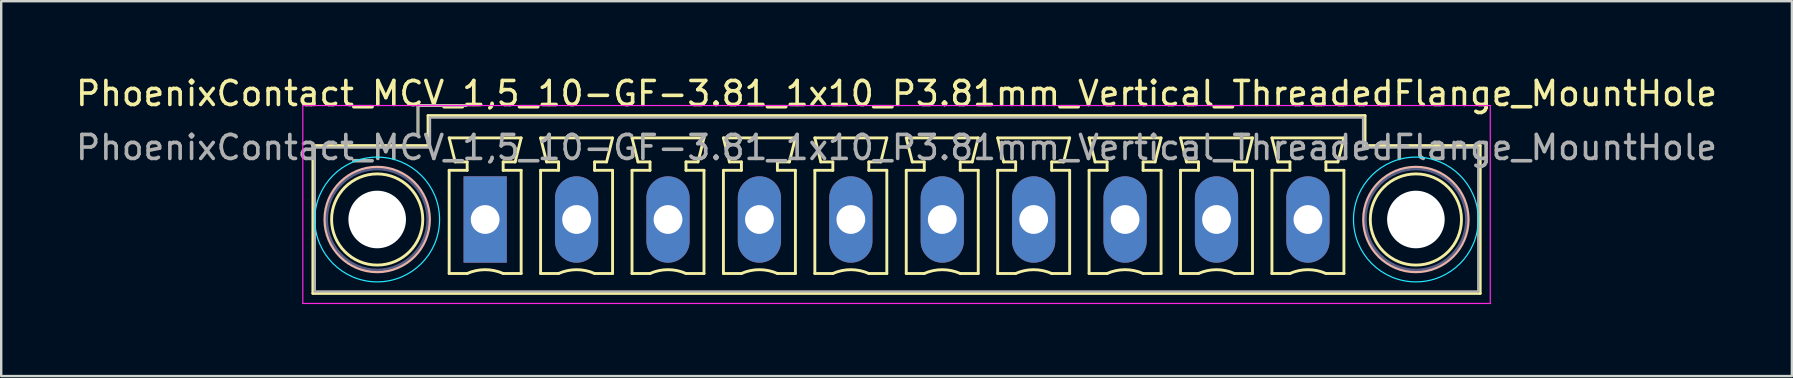
<source format=kicad_pcb>
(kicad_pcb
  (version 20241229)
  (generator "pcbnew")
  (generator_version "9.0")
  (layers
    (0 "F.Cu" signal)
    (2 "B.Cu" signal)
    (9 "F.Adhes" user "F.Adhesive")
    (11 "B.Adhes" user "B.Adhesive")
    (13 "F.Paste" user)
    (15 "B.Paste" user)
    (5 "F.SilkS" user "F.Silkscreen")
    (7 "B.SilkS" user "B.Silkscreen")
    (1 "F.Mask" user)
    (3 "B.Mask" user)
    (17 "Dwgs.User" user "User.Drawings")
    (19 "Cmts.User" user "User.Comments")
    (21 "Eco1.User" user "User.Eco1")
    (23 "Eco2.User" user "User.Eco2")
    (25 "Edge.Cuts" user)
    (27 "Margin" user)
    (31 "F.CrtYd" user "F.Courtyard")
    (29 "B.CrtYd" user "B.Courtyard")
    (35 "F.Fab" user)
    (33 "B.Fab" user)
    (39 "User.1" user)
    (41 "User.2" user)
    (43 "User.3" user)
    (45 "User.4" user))
  (footprint "PhoenixContact_MCV_1,5_10-GF-3.81_1x10_P3.81mm_Vertical_ThreadedFlange_MountHole"
    (layer "F.Cu")
    (at 17.17 6.098)
    (property "Reference" "PhoenixContact_MCV_1,5_10-GF-3.81_1x10_P3.81mm_Vertical_ThreadedFlange_MountHole" (at 17.145 -5.25 0) (layer "F.SilkS") (effects (font (size 1 1) (thickness 0.15))))
    (attr through_hole)
    (fp_line (start -7.18 -3.08) (end -7.18 3.08) (stroke (width 0.12) (type solid)) (layer "F.SilkS"))
    (fp_line (start -7.18 3.08) (end 41.47 3.08) (stroke (width 0.12) (type solid)) (layer "F.SilkS"))
    (fp_line (start -2.8 -4.75) (end -0.8 -4.75) (stroke (width 0.12) (type solid)) (layer "F.SilkS"))
    (fp_line (start -2.8 -3.5) (end -2.8 -4.75) (stroke (width 0.12) (type solid)) (layer "F.SilkS"))
    (fp_line (start -2.38 -4.33) (end -2.38 -3.08) (stroke (width 0.12) (type solid)) (layer "F.SilkS"))
    (fp_line (start -2.38 -3.08) (end -7.18 -3.08) (stroke (width 0.12) (type solid)) (layer "F.SilkS"))
    (fp_line (start -1.5 -3.4) (end 1.5 -3.4) (stroke (width 0.12) (type solid)) (layer "F.SilkS"))
    (fp_line (start -1.5 -2.05) (end -0.75 -2.05) (stroke (width 0.12) (type solid)) (layer "F.SilkS"))
    (fp_line (start -1.5 2.25) (end -1.5 -2.05) (stroke (width 0.12) (type solid)) (layer "F.SilkS"))
    (fp_line (start -1.25 -2.4) (end -1.5 -3.4) (stroke (width 0.12) (type solid)) (layer "F.SilkS"))
    (fp_line (start -0.75 -2.4) (end -1.25 -2.4) (stroke (width 0.12) (type solid)) (layer "F.SilkS"))
    (fp_line (start -0.75 -2.05) (end -0.75 -2.4) (stroke (width 0.12) (type solid)) (layer "F.SilkS"))
    (fp_line (start -0.75 2.25) (end -1.5 2.25) (stroke (width 0.12) (type solid)) (layer "F.SilkS"))
    (fp_line (start 0.75 -2.4) (end 0.75 -2.05) (stroke (width 0.12) (type solid)) (layer "F.SilkS"))
    (fp_line (start 0.75 -2.05) (end 1.5 -2.05) (stroke (width 0.12) (type solid)) (layer "F.SilkS"))
    (fp_line (start 1.25 -2.4) (end 0.75 -2.4) (stroke (width 0.12) (type solid)) (layer "F.SilkS"))
    (fp_line (start 1.5 -3.4) (end 1.25 -2.4) (stroke (width 0.12) (type solid)) (layer "F.SilkS"))
    (fp_line (start 1.5 -2.05) (end 1.5 2.25) (stroke (width 0.12) (type solid)) (layer "F.SilkS"))
    (fp_line (start 1.5 2.25) (end 0.75 2.25) (stroke (width 0.12) (type solid)) (layer "F.SilkS"))
    (fp_line (start 2.31 -3.4) (end 5.31 -3.4) (stroke (width 0.12) (type solid)) (layer "F.SilkS"))
    (fp_line (start 2.31 -2.05) (end 3.06 -2.05) (stroke (width 0.12) (type solid)) (layer "F.SilkS"))
    (fp_line (start 2.31 2.25) (end 2.31 -2.05) (stroke (width 0.12) (type solid)) (layer "F.SilkS"))
    (fp_line (start 2.56 -2.4) (end 2.31 -3.4) (stroke (width 0.12) (type solid)) (layer "F.SilkS"))
    (fp_line (start 3.06 -2.4) (end 2.56 -2.4) (stroke (width 0.12) (type solid)) (layer "F.SilkS"))
    (fp_line (start 3.06 -2.05) (end 3.06 -2.4) (stroke (width 0.12) (type solid)) (layer "F.SilkS"))
    (fp_line (start 3.06 2.25) (end 2.31 2.25) (stroke (width 0.12) (type solid)) (layer "F.SilkS"))
    (fp_line (start 4.56 -2.4) (end 4.56 -2.05) (stroke (width 0.12) (type solid)) (layer "F.SilkS"))
    (fp_line (start 4.56 -2.05) (end 5.31 -2.05) (stroke (width 0.12) (type solid)) (layer "F.SilkS"))
    (fp_line (start 5.06 -2.4) (end 4.56 -2.4) (stroke (width 0.12) (type solid)) (layer "F.SilkS"))
    (fp_line (start 5.31 -3.4) (end 5.06 -2.4) (stroke (width 0.12) (type solid)) (layer "F.SilkS"))
    (fp_line (start 5.31 -2.05) (end 5.31 2.25) (stroke (width 0.12) (type solid)) (layer "F.SilkS"))
    (fp_line (start 5.31 2.25) (end 4.56 2.25) (stroke (width 0.12) (type solid)) (layer "F.SilkS"))
    (fp_line (start 6.12 -3.4) (end 9.12 -3.4) (stroke (width 0.12) (type solid)) (layer "F.SilkS"))
    (fp_line (start 6.12 -2.05) (end 6.87 -2.05) (stroke (width 0.12) (type solid)) (layer "F.SilkS"))
    (fp_line (start 6.12 2.25) (end 6.12 -2.05) (stroke (width 0.12) (type solid)) (layer "F.SilkS"))
    (fp_line (start 6.37 -2.4) (end 6.12 -3.4) (stroke (width 0.12) (type solid)) (layer "F.SilkS"))
    (fp_line (start 6.87 -2.4) (end 6.37 -2.4) (stroke (width 0.12) (type solid)) (layer "F.SilkS"))
    (fp_line (start 6.87 -2.05) (end 6.87 -2.4) (stroke (width 0.12) (type solid)) (layer "F.SilkS"))
    (fp_line (start 6.87 2.25) (end 6.12 2.25) (stroke (width 0.12) (type solid)) (layer "F.SilkS"))
    (fp_line (start 8.37 -2.4) (end 8.37 -2.05) (stroke (width 0.12) (type solid)) (layer "F.SilkS"))
    (fp_line (start 8.37 -2.05) (end 9.12 -2.05) (stroke (width 0.12) (type solid)) (layer "F.SilkS"))
    (fp_line (start 8.87 -2.4) (end 8.37 -2.4) (stroke (width 0.12) (type solid)) (layer "F.SilkS"))
    (fp_line (start 9.12 -3.4) (end 8.87 -2.4) (stroke (width 0.12) (type solid)) (layer "F.SilkS"))
    (fp_line (start 9.12 -2.05) (end 9.12 2.25) (stroke (width 0.12) (type solid)) (layer "F.SilkS"))
    (fp_line (start 9.12 2.25) (end 8.37 2.25) (stroke (width 0.12) (type solid)) (layer "F.SilkS"))
    (fp_line (start 9.93 -3.4) (end 12.93 -3.4) (stroke (width 0.12) (type solid)) (layer "F.SilkS"))
    (fp_line (start 9.93 -2.05) (end 10.68 -2.05) (stroke (width 0.12) (type solid)) (layer "F.SilkS"))
    (fp_line (start 9.93 2.25) (end 9.93 -2.05) (stroke (width 0.12) (type solid)) (layer "F.SilkS"))
    (fp_line (start 10.18 -2.4) (end 9.93 -3.4) (stroke (width 0.12) (type solid)) (layer "F.SilkS"))
    (fp_line (start 10.68 -2.4) (end 10.18 -2.4) (stroke (width 0.12) (type solid)) (layer "F.SilkS"))
    (fp_line (start 10.68 -2.05) (end 10.68 -2.4) (stroke (width 0.12) (type solid)) (layer "F.SilkS"))
    (fp_line (start 10.68 2.25) (end 9.93 2.25) (stroke (width 0.12) (type solid)) (layer "F.SilkS"))
    (fp_line (start 12.18 -2.4) (end 12.18 -2.05) (stroke (width 0.12) (type solid)) (layer "F.SilkS"))
    (fp_line (start 12.18 -2.05) (end 12.93 -2.05) (stroke (width 0.12) (type solid)) (layer "F.SilkS"))
    (fp_line (start 12.68 -2.4) (end 12.18 -2.4) (stroke (width 0.12) (type solid)) (layer "F.SilkS"))
    (fp_line (start 12.93 -3.4) (end 12.68 -2.4) (stroke (width 0.12) (type solid)) (layer "F.SilkS"))
    (fp_line (start 12.93 -2.05) (end 12.93 2.25) (stroke (width 0.12) (type solid)) (layer "F.SilkS"))
    (fp_line (start 12.93 2.25) (end 12.18 2.25) (stroke (width 0.12) (type solid)) (layer "F.SilkS"))
    (fp_line (start 13.74 -3.4) (end 16.74 -3.4) (stroke (width 0.12) (type solid)) (layer "F.SilkS"))
    (fp_line (start 13.74 -2.05) (end 14.49 -2.05) (stroke (width 0.12) (type solid)) (layer "F.SilkS"))
    (fp_line (start 13.74 2.25) (end 13.74 -2.05) (stroke (width 0.12) (type solid)) (layer "F.SilkS"))
    (fp_line (start 13.99 -2.4) (end 13.74 -3.4) (stroke (width 0.12) (type solid)) (layer "F.SilkS"))
    (fp_line (start 14.49 -2.4) (end 13.99 -2.4) (stroke (width 0.12) (type solid)) (layer "F.SilkS"))
    (fp_line (start 14.49 -2.05) (end 14.49 -2.4) (stroke (width 0.12) (type solid)) (layer "F.SilkS"))
    (fp_line (start 14.49 2.25) (end 13.74 2.25) (stroke (width 0.12) (type solid)) (layer "F.SilkS"))
    (fp_line (start 15.99 -2.4) (end 15.99 -2.05) (stroke (width 0.12) (type solid)) (layer "F.SilkS"))
    (fp_line (start 15.99 -2.05) (end 16.74 -2.05) (stroke (width 0.12) (type solid)) (layer "F.SilkS"))
    (fp_line (start 16.49 -2.4) (end 15.99 -2.4) (stroke (width 0.12) (type solid)) (layer "F.SilkS"))
    (fp_line (start 16.74 -3.4) (end 16.49 -2.4) (stroke (width 0.12) (type solid)) (layer "F.SilkS"))
    (fp_line (start 16.74 -2.05) (end 16.74 2.25) (stroke (width 0.12) (type solid)) (layer "F.SilkS"))
    (fp_line (start 16.74 2.25) (end 15.99 2.25) (stroke (width 0.12) (type solid)) (layer "F.SilkS"))
    (fp_line (start 17.55 -3.4) (end 20.55 -3.4) (stroke (width 0.12) (type solid)) (layer "F.SilkS"))
    (fp_line (start 17.55 -2.05) (end 18.3 -2.05) (stroke (width 0.12) (type solid)) (layer "F.SilkS"))
    (fp_line (start 17.55 2.25) (end 17.55 -2.05) (stroke (width 0.12) (type solid)) (layer "F.SilkS"))
    (fp_line (start 17.8 -2.4) (end 17.55 -3.4) (stroke (width 0.12) (type solid)) (layer "F.SilkS"))
    (fp_line (start 18.3 -2.4) (end 17.8 -2.4) (stroke (width 0.12) (type solid)) (layer "F.SilkS"))
    (fp_line (start 18.3 -2.05) (end 18.3 -2.4) (stroke (width 0.12) (type solid)) (layer "F.SilkS"))
    (fp_line (start 18.3 2.25) (end 17.55 2.25) (stroke (width 0.12) (type solid)) (layer "F.SilkS"))
    (fp_line (start 19.8 -2.4) (end 19.8 -2.05) (stroke (width 0.12) (type solid)) (layer "F.SilkS"))
    (fp_line (start 19.8 -2.05) (end 20.55 -2.05) (stroke (width 0.12) (type solid)) (layer "F.SilkS"))
    (fp_line (start 20.3 -2.4) (end 19.8 -2.4) (stroke (width 0.12) (type solid)) (layer "F.SilkS"))
    (fp_line (start 20.55 -3.4) (end 20.3 -2.4) (stroke (width 0.12) (type solid)) (layer "F.SilkS"))
    (fp_line (start 20.55 -2.05) (end 20.55 2.25) (stroke (width 0.12) (type solid)) (layer "F.SilkS"))
    (fp_line (start 20.55 2.25) (end 19.8 2.25) (stroke (width 0.12) (type solid)) (layer "F.SilkS"))
    (fp_line (start 21.36 -3.4) (end 24.36 -3.4) (stroke (width 0.12) (type solid)) (layer "F.SilkS"))
    (fp_line (start 21.36 -2.05) (end 22.11 -2.05) (stroke (width 0.12) (type solid)) (layer "F.SilkS"))
    (fp_line (start 21.36 2.25) (end 21.36 -2.05) (stroke (width 0.12) (type solid)) (layer "F.SilkS"))
    (fp_line (start 21.61 -2.4) (end 21.36 -3.4) (stroke (width 0.12) (type solid)) (layer "F.SilkS"))
    (fp_line (start 22.11 -2.4) (end 21.61 -2.4) (stroke (width 0.12) (type solid)) (layer "F.SilkS"))
    (fp_line (start 22.11 -2.05) (end 22.11 -2.4) (stroke (width 0.12) (type solid)) (layer "F.SilkS"))
    (fp_line (start 22.11 2.25) (end 21.36 2.25) (stroke (width 0.12) (type solid)) (layer "F.SilkS"))
    (fp_line (start 23.61 -2.4) (end 23.61 -2.05) (stroke (width 0.12) (type solid)) (layer "F.SilkS"))
    (fp_line (start 23.61 -2.05) (end 24.36 -2.05) (stroke (width 0.12) (type solid)) (layer "F.SilkS"))
    (fp_line (start 24.11 -2.4) (end 23.61 -2.4) (stroke (width 0.12) (type solid)) (layer "F.SilkS"))
    (fp_line (start 24.36 -3.4) (end 24.11 -2.4) (stroke (width 0.12) (type solid)) (layer "F.SilkS"))
    (fp_line (start 24.36 -2.05) (end 24.36 2.25) (stroke (width 0.12) (type solid)) (layer "F.SilkS"))
    (fp_line (start 24.36 2.25) (end 23.61 2.25) (stroke (width 0.12) (type solid)) (layer "F.SilkS"))
    (fp_line (start 25.17 -3.4) (end 28.17 -3.4) (stroke (width 0.12) (type solid)) (layer "F.SilkS"))
    (fp_line (start 25.17 -2.05) (end 25.92 -2.05) (stroke (width 0.12) (type solid)) (layer "F.SilkS"))
    (fp_line (start 25.17 2.25) (end 25.17 -2.05) (stroke (width 0.12) (type solid)) (layer "F.SilkS"))
    (fp_line (start 25.42 -2.4) (end 25.17 -3.4) (stroke (width 0.12) (type solid)) (layer "F.SilkS"))
    (fp_line (start 25.92 -2.4) (end 25.42 -2.4) (stroke (width 0.12) (type solid)) (layer "F.SilkS"))
    (fp_line (start 25.92 -2.05) (end 25.92 -2.4) (stroke (width 0.12) (type solid)) (layer "F.SilkS"))
    (fp_line (start 25.92 2.25) (end 25.17 2.25) (stroke (width 0.12) (type solid)) (layer "F.SilkS"))
    (fp_line (start 27.42 -2.4) (end 27.42 -2.05) (stroke (width 0.12) (type solid)) (layer "F.SilkS"))
    (fp_line (start 27.42 -2.05) (end 28.17 -2.05) (stroke (width 0.12) (type solid)) (layer "F.SilkS"))
    (fp_line (start 27.92 -2.4) (end 27.42 -2.4) (stroke (width 0.12) (type solid)) (layer "F.SilkS"))
    (fp_line (start 28.17 -3.4) (end 27.92 -2.4) (stroke (width 0.12) (type solid)) (layer "F.SilkS"))
    (fp_line (start 28.17 -2.05) (end 28.17 2.25) (stroke (width 0.12) (type solid)) (layer "F.SilkS"))
    (fp_line (start 28.17 2.25) (end 27.42 2.25) (stroke (width 0.12) (type solid)) (layer "F.SilkS"))
    (fp_line (start 28.98 -3.4) (end 31.98 -3.4) (stroke (width 0.12) (type solid)) (layer "F.SilkS"))
    (fp_line (start 28.98 -2.05) (end 29.73 -2.05) (stroke (width 0.12) (type solid)) (layer "F.SilkS"))
    (fp_line (start 28.98 2.25) (end 28.98 -2.05) (stroke (width 0.12) (type solid)) (layer "F.SilkS"))
    (fp_line (start 29.23 -2.4) (end 28.98 -3.4) (stroke (width 0.12) (type solid)) (layer "F.SilkS"))
    (fp_line (start 29.73 -2.4) (end 29.23 -2.4) (stroke (width 0.12) (type solid)) (layer "F.SilkS"))
    (fp_line (start 29.73 -2.05) (end 29.73 -2.4) (stroke (width 0.12) (type solid)) (layer "F.SilkS"))
    (fp_line (start 29.73 2.25) (end 28.98 2.25) (stroke (width 0.12) (type solid)) (layer "F.SilkS"))
    (fp_line (start 31.23 -2.4) (end 31.23 -2.05) (stroke (width 0.12) (type solid)) (layer "F.SilkS"))
    (fp_line (start 31.23 -2.05) (end 31.98 -2.05) (stroke (width 0.12) (type solid)) (layer "F.SilkS"))
    (fp_line (start 31.73 -2.4) (end 31.23 -2.4) (stroke (width 0.12) (type solid)) (layer "F.SilkS"))
    (fp_line (start 31.98 -3.4) (end 31.73 -2.4) (stroke (width 0.12) (type solid)) (layer "F.SilkS"))
    (fp_line (start 31.98 -2.05) (end 31.98 2.25) (stroke (width 0.12) (type solid)) (layer "F.SilkS"))
    (fp_line (start 31.98 2.25) (end 31.23 2.25) (stroke (width 0.12) (type solid)) (layer "F.SilkS"))
    (fp_line (start 32.79 -3.4) (end 35.79 -3.4) (stroke (width 0.12) (type solid)) (layer "F.SilkS"))
    (fp_line (start 32.79 -2.05) (end 33.54 -2.05) (stroke (width 0.12) (type solid)) (layer "F.SilkS"))
    (fp_line (start 32.79 2.25) (end 32.79 -2.05) (stroke (width 0.12) (type solid)) (layer "F.SilkS"))
    (fp_line (start 33.04 -2.4) (end 32.79 -3.4) (stroke (width 0.12) (type solid)) (layer "F.SilkS"))
    (fp_line (start 33.54 -2.4) (end 33.04 -2.4) (stroke (width 0.12) (type solid)) (layer "F.SilkS"))
    (fp_line (start 33.54 -2.05) (end 33.54 -2.4) (stroke (width 0.12) (type solid)) (layer "F.SilkS"))
    (fp_line (start 33.54 2.25) (end 32.79 2.25) (stroke (width 0.12) (type solid)) (layer "F.SilkS"))
    (fp_line (start 35.04 -2.4) (end 35.04 -2.05) (stroke (width 0.12) (type solid)) (layer "F.SilkS"))
    (fp_line (start 35.04 -2.05) (end 35.79 -2.05) (stroke (width 0.12) (type solid)) (layer "F.SilkS"))
    (fp_line (start 35.54 -2.4) (end 35.04 -2.4) (stroke (width 0.12) (type solid)) (layer "F.SilkS"))
    (fp_line (start 35.79 -3.4) (end 35.54 -2.4) (stroke (width 0.12) (type solid)) (layer "F.SilkS"))
    (fp_line (start 35.79 -2.05) (end 35.79 2.25) (stroke (width 0.12) (type solid)) (layer "F.SilkS"))
    (fp_line (start 35.79 2.25) (end 35.04 2.25) (stroke (width 0.12) (type solid)) (layer "F.SilkS"))
    (fp_line (start 36.67 -4.33) (end -2.38 -4.33) (stroke (width 0.12) (type solid)) (layer "F.SilkS"))
    (fp_line (start 36.67 -3.08) (end 36.67 -4.33) (stroke (width 0.12) (type solid)) (layer "F.SilkS"))
    (fp_line (start 41.47 -3.08) (end 36.67 -3.08) (stroke (width 0.12) (type solid)) (layer "F.SilkS"))
    (fp_line (start 41.47 3.08) (end 41.47 -3.08) (stroke (width 0.12) (type solid)) (layer "F.SilkS"))
    (fp_arc (start -0.75 2.25) (mid -0.000193 2.09191) (end 0.749647 2.249844) (stroke (width 0.12) (type solid)) (layer "F.SilkS"))
    (fp_arc (start 3.06 2.25) (mid 3.809807 2.09191) (end 4.559647 2.249844) (stroke (width 0.12) (type solid)) (layer "F.SilkS"))
    (fp_arc (start 6.87 2.25) (mid 7.619807 2.09191) (end 8.369647 2.249844) (stroke (width 0.12) (type solid)) (layer "F.SilkS"))
    (fp_arc (start 10.68 2.25) (mid 11.429807 2.09191) (end 12.179647 2.249844) (stroke (width 0.12) (type solid)) (layer "F.SilkS"))
    (fp_arc (start 14.49 2.25) (mid 15.239807 2.09191) (end 15.989647 2.249844) (stroke (width 0.12) (type solid)) (layer "F.SilkS"))
    (fp_arc (start 18.3 2.25) (mid 19.049807 2.09191) (end 19.799647 2.249844) (stroke (width 0.12) (type solid)) (layer "F.SilkS"))
    (fp_arc (start 22.11 2.25) (mid 22.859807 2.09191) (end 23.609647 2.249844) (stroke (width 0.12) (type solid)) (layer "F.SilkS"))
    (fp_arc (start 25.92 2.25) (mid 26.669807 2.09191) (end 27.419647 2.249844) (stroke (width 0.12) (type solid)) (layer "F.SilkS"))
    (fp_arc (start 29.73 2.25) (mid 30.479807 2.09191) (end 31.229647 2.249844) (stroke (width 0.12) (type solid)) (layer "F.SilkS"))
    (fp_arc (start 33.54 2.25) (mid 34.289807 2.09191) (end 35.039647 2.249844) (stroke (width 0.12) (type solid)) (layer "F.SilkS"))
    (fp_circle (center -4.5 0) (end -2.6 0) (stroke (width 0.12) (type solid)) (fill no) (layer "F.SilkS"))
    (fp_circle (center 38.79 0) (end 40.69 0) (stroke (width 0.12) (type solid)) (fill no) (layer "F.SilkS"))
    (fp_circle (center -4.5 0) (end -2.32 0) (stroke (width 0.12) (type solid)) (fill no) (layer "B.SilkS"))
    (fp_circle (center 38.79 0) (end 40.97 0) (stroke (width 0.12) (type solid)) (fill no) (layer "B.SilkS"))
    (fp_circle (center -4.5 0) (end -1.9 0) (stroke (width 0.05) (type solid)) (fill no) (layer "B.CrtYd"))
    (fp_circle (center 38.79 0) (end 41.39 0) (stroke (width 0.05) (type solid)) (fill no) (layer "B.CrtYd"))
    (fp_line (start -7.6 -4.75) (end -7.6 3.5) (stroke (width 0.05) (type solid)) (layer "F.CrtYd"))
    (fp_line (start -7.6 3.5) (end 41.89 3.5) (stroke (width 0.05) (type solid)) (layer "F.CrtYd"))
    (fp_line (start 41.89 -4.75) (end -7.6 -4.75) (stroke (width 0.05) (type solid)) (layer "F.CrtYd"))
    (fp_line (start 41.89 3.5) (end 41.89 -4.75) (stroke (width 0.05) (type solid)) (layer "F.CrtYd"))
    (fp_circle (center -4.5 0) (end -2.4 0) (stroke (width 0.1) (type solid)) (fill no) (layer "B.Fab"))
    (fp_circle (center 38.79 0) (end 40.89 0) (stroke (width 0.1) (type solid)) (fill no) (layer "B.Fab"))
    (fp_line (start -7.1 -3) (end -7.1 3) (stroke (width 0.1) (type solid)) (layer "F.Fab"))
    (fp_line (start -7.1 3) (end 41.39 3) (stroke (width 0.1) (type solid)) (layer "F.Fab"))
    (fp_line (start -2.8 -4.75) (end -0.8 -4.75) (stroke (width 0.1) (type solid)) (layer "F.Fab"))
    (fp_line (start -2.8 -3.5) (end -2.8 -4.75) (stroke (width 0.1) (type solid)) (layer "F.Fab"))
    (fp_line (start -2.3 -4.25) (end -2.3 -3) (stroke (width 0.1) (type solid)) (layer "F.Fab"))
    (fp_line (start -2.3 -3) (end -7.1 -3) (stroke (width 0.1) (type solid)) (layer "F.Fab"))
    (fp_line (start 36.59 -4.25) (end -2.3 -4.25) (stroke (width 0.1) (type solid)) (layer "F.Fab"))
    (fp_line (start 36.59 -3) (end 36.59 -4.25) (stroke (width 0.1) (type solid)) (layer "F.Fab"))
    (fp_line (start 41.39 -3) (end 36.59 -3) (stroke (width 0.1) (type solid)) (layer "F.Fab"))
    (fp_line (start 41.39 3) (end 41.39 -3) (stroke (width 0.1) (type solid)) (layer "F.Fab"))
    (fp_text user "${REFERENCE}" (at 17.145 -3 0) (layer "F.Fab") (effects (font (size 1 1) (thickness 0.15))))
    (pad "" np_thru_hole circle (at -4.5 0) (size 2.4 2.4) (drill 2.4) (layers "*.Cu" "*.Mask"))
    (pad "" np_thru_hole circle (at 38.79 0) (size 2.4 2.4) (drill 2.4) (layers "*.Cu" "*.Mask"))
    (pad "1" thru_hole rect (at 0 0) (size 1.8 3.6) (drill 1.2) (layers "*.Cu" "*.Mask"))
    (pad "2" thru_hole oval (at 3.81 0) (size 1.8 3.6) (drill 1.2) (layers "*.Cu" "*.Mask"))
    (pad "3" thru_hole oval (at 7.62 0) (size 1.8 3.6) (drill 1.2) (layers "*.Cu" "*.Mask"))
    (pad "4" thru_hole oval (at 11.43 0) (size 1.8 3.6) (drill 1.2) (layers "*.Cu" "*.Mask"))
    (pad "5" thru_hole oval (at 15.24 0) (size 1.8 3.6) (drill 1.2) (layers "*.Cu" "*.Mask"))
    (pad "6" thru_hole oval (at 19.05 0) (size 1.8 3.6) (drill 1.2) (layers "*.Cu" "*.Mask"))
    (pad "7" thru_hole oval (at 22.86 0) (size 1.8 3.6) (drill 1.2) (layers "*.Cu" "*.Mask"))
    (pad "8" thru_hole oval (at 26.67 0) (size 1.8 3.6) (drill 1.2) (layers "*.Cu" "*.Mask"))
    (pad "9" thru_hole oval (at 30.48 0) (size 1.8 3.6) (drill 1.2) (layers "*.Cu" "*.Mask"))
    (pad "10" thru_hole oval (at 34.29 0) (size 1.8 3.6) (drill 1.2) (layers "*.Cu" "*.Mask")))
  (gr_rect
    (start -3 -3)
    (end 71.631 12.623)
    (stroke (width 0.1) (type default))
    (fill no)
    (layer "Edge.Cuts")))
</source>
